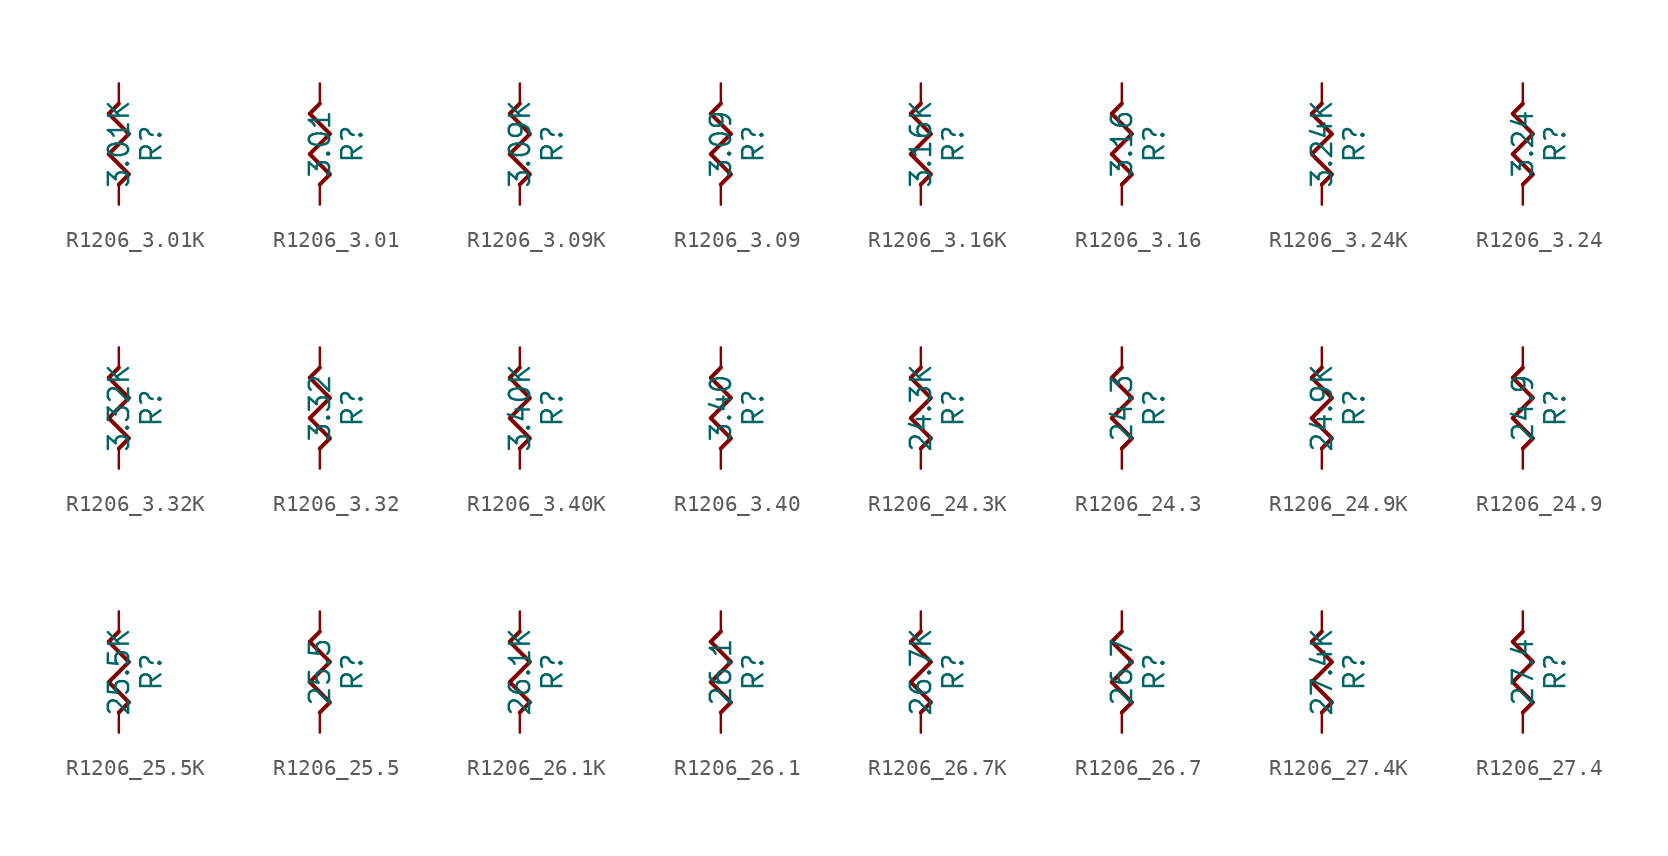
<source format=kicad_sym>
(kicad_symbol_lib
  (version 20211014)
  (generator atlantix-eda)
  (symbol "R1206_3.01K"
    (pin_numbers hide)
    (pin_names
      (offset 0))
    (property "Reference" "R"
      (at 2.032 0 90)
      (effects (font (size 1.27 1.27))))
    (property "Value" "3.01K"
      (at 0 0 90)
      (effects (font (size 1.27 1.27))))
    (symbol "R1206_3.01K_0_1"
      (polyline (pts (xy 0 -2.54) (xy 0.635 -1.905) (xy -0.635 -0.635) (xy 0.635 0.635) (xy -0.635 1.905) (xy 0 2.54)) (stroke (width 0.254) (type default) (color 0 0 0 0)) (fill (type none))))
    (symbol "R1206_3.01K_1_1"
      (pin passive line (at 0 3.81 270) (length 1.27) (name "~" (effects (font (size 1.27 1.27)))) (number "1" (effects (font (size 1.27 1.27)))))
      (pin passive line (at 0 -3.81 90) (length 1.27) (name "~" (effects (font (size 1.27 1.27)))) (number "2" (effects (font (size 1.27 1.27)))))))
  (symbol "R1206_3.01"
    (pin_numbers hide)
    (pin_names
      (offset 0))
    (property "Reference" "R"
      (at 2.032 0 90)
      (effects (font (size 1.27 1.27))))
    (property "Value" "3.01"
      (at 0 0 90)
      (effects (font (size 1.27 1.27))))
    (symbol "R1206_3.01_0_1"
      (polyline (pts (xy 0 -2.54) (xy 0.635 -1.905) (xy -0.635 -0.635) (xy 0.635 0.635) (xy -0.635 1.905) (xy 0 2.54)) (stroke (width 0.254) (type default) (color 0 0 0 0)) (fill (type none))))
    (symbol "R1206_3.01_1_1"
      (pin passive line (at 0 3.81 270) (length 1.27) (name "~" (effects (font (size 1.27 1.27)))) (number "1" (effects (font (size 1.27 1.27)))))
      (pin passive line (at 0 -3.81 90) (length 1.27) (name "~" (effects (font (size 1.27 1.27)))) (number "2" (effects (font (size 1.27 1.27)))))))
  (symbol "R1206_3.09K"
    (pin_numbers hide)
    (pin_names
      (offset 0))
    (property "Reference" "R"
      (at 2.032 0 90)
      (effects (font (size 1.27 1.27))))
    (property "Value" "3.09K"
      (at 0 0 90)
      (effects (font (size 1.27 1.27))))
    (symbol "R1206_3.09K_0_1"
      (polyline (pts (xy 0 -2.54) (xy 0.635 -1.905) (xy -0.635 -0.635) (xy 0.635 0.635) (xy -0.635 1.905) (xy 0 2.54)) (stroke (width 0.254) (type default) (color 0 0 0 0)) (fill (type none))))
    (symbol "R1206_3.09K_1_1"
      (pin passive line (at 0 3.81 270) (length 1.27) (name "~" (effects (font (size 1.27 1.27)))) (number "1" (effects (font (size 1.27 1.27)))))
      (pin passive line (at 0 -3.81 90) (length 1.27) (name "~" (effects (font (size 1.27 1.27)))) (number "2" (effects (font (size 1.27 1.27)))))))
  (symbol "R1206_3.09"
    (pin_numbers hide)
    (pin_names
      (offset 0))
    (property "Reference" "R"
      (at 2.032 0 90)
      (effects (font (size 1.27 1.27))))
    (property "Value" "3.09"
      (at 0 0 90)
      (effects (font (size 1.27 1.27))))
    (symbol "R1206_3.09_0_1"
      (polyline (pts (xy 0 -2.54) (xy 0.635 -1.905) (xy -0.635 -0.635) (xy 0.635 0.635) (xy -0.635 1.905) (xy 0 2.54)) (stroke (width 0.254) (type default) (color 0 0 0 0)) (fill (type none))))
    (symbol "R1206_3.09_1_1"
      (pin passive line (at 0 3.81 270) (length 1.27) (name "~" (effects (font (size 1.27 1.27)))) (number "1" (effects (font (size 1.27 1.27)))))
      (pin passive line (at 0 -3.81 90) (length 1.27) (name "~" (effects (font (size 1.27 1.27)))) (number "2" (effects (font (size 1.27 1.27)))))))
  (symbol "R1206_3.16K"
    (pin_numbers hide)
    (pin_names
      (offset 0))
    (property "Reference" "R"
      (at 2.032 0 90)
      (effects (font (size 1.27 1.27))))
    (property "Value" "3.16K"
      (at 0 0 90)
      (effects (font (size 1.27 1.27))))
    (symbol "R1206_3.16K_0_1"
      (polyline (pts (xy 0 -2.54) (xy 0.635 -1.905) (xy -0.635 -0.635) (xy 0.635 0.635) (xy -0.635 1.905) (xy 0 2.54)) (stroke (width 0.254) (type default) (color 0 0 0 0)) (fill (type none))))
    (symbol "R1206_3.16K_1_1"
      (pin passive line (at 0 3.81 270) (length 1.27) (name "~" (effects (font (size 1.27 1.27)))) (number "1" (effects (font (size 1.27 1.27)))))
      (pin passive line (at 0 -3.81 90) (length 1.27) (name "~" (effects (font (size 1.27 1.27)))) (number "2" (effects (font (size 1.27 1.27)))))))
  (symbol "R1206_3.16"
    (pin_numbers hide)
    (pin_names
      (offset 0))
    (property "Reference" "R"
      (at 2.032 0 90)
      (effects (font (size 1.27 1.27))))
    (property "Value" "3.16"
      (at 0 0 90)
      (effects (font (size 1.27 1.27))))
    (symbol "R1206_3.16_0_1"
      (polyline (pts (xy 0 -2.54) (xy 0.635 -1.905) (xy -0.635 -0.635) (xy 0.635 0.635) (xy -0.635 1.905) (xy 0 2.54)) (stroke (width 0.254) (type default) (color 0 0 0 0)) (fill (type none))))
    (symbol "R1206_3.16_1_1"
      (pin passive line (at 0 3.81 270) (length 1.27) (name "~" (effects (font (size 1.27 1.27)))) (number "1" (effects (font (size 1.27 1.27)))))
      (pin passive line (at 0 -3.81 90) (length 1.27) (name "~" (effects (font (size 1.27 1.27)))) (number "2" (effects (font (size 1.27 1.27)))))))
  (symbol "R1206_3.24K"
    (pin_numbers hide)
    (pin_names
      (offset 0))
    (property "Reference" "R"
      (at 2.032 0 90)
      (effects (font (size 1.27 1.27))))
    (property "Value" "3.24K"
      (at 0 0 90)
      (effects (font (size 1.27 1.27))))
    (symbol "R1206_3.24K_0_1"
      (polyline (pts (xy 0 -2.54) (xy 0.635 -1.905) (xy -0.635 -0.635) (xy 0.635 0.635) (xy -0.635 1.905) (xy 0 2.54)) (stroke (width 0.254) (type default) (color 0 0 0 0)) (fill (type none))))
    (symbol "R1206_3.24K_1_1"
      (pin passive line (at 0 3.81 270) (length 1.27) (name "~" (effects (font (size 1.27 1.27)))) (number "1" (effects (font (size 1.27 1.27)))))
      (pin passive line (at 0 -3.81 90) (length 1.27) (name "~" (effects (font (size 1.27 1.27)))) (number "2" (effects (font (size 1.27 1.27)))))))
  (symbol "R1206_3.24"
    (pin_numbers hide)
    (pin_names
      (offset 0))
    (property "Reference" "R"
      (at 2.032 0 90)
      (effects (font (size 1.27 1.27))))
    (property "Value" "3.24"
      (at 0 0 90)
      (effects (font (size 1.27 1.27))))
    (symbol "R1206_3.24_0_1"
      (polyline (pts (xy 0 -2.54) (xy 0.635 -1.905) (xy -0.635 -0.635) (xy 0.635 0.635) (xy -0.635 1.905) (xy 0 2.54)) (stroke (width 0.254) (type default) (color 0 0 0 0)) (fill (type none))))
    (symbol "R1206_3.24_1_1"
      (pin passive line (at 0 3.81 270) (length 1.27) (name "~" (effects (font (size 1.27 1.27)))) (number "1" (effects (font (size 1.27 1.27)))))
      (pin passive line (at 0 -3.81 90) (length 1.27) (name "~" (effects (font (size 1.27 1.27)))) (number "2" (effects (font (size 1.27 1.27)))))))
  (symbol "R1206_3.32K"
    (pin_numbers hide)
    (pin_names
      (offset 0))
    (property "Reference" "R"
      (at 2.032 0 90)
      (effects (font (size 1.27 1.27))))
    (property "Value" "3.32K"
      (at 0 0 90)
      (effects (font (size 1.27 1.27))))
    (symbol "R1206_3.32K_0_1"
      (polyline (pts (xy 0 -2.54) (xy 0.635 -1.905) (xy -0.635 -0.635) (xy 0.635 0.635) (xy -0.635 1.905) (xy 0 2.54)) (stroke (width 0.254) (type default) (color 0 0 0 0)) (fill (type none))))
    (symbol "R1206_3.32K_1_1"
      (pin passive line (at 0 3.81 270) (length 1.27) (name "~" (effects (font (size 1.27 1.27)))) (number "1" (effects (font (size 1.27 1.27)))))
      (pin passive line (at 0 -3.81 90) (length 1.27) (name "~" (effects (font (size 1.27 1.27)))) (number "2" (effects (font (size 1.27 1.27)))))))
  (symbol "R1206_3.32"
    (pin_numbers hide)
    (pin_names
      (offset 0))
    (property "Reference" "R"
      (at 2.032 0 90)
      (effects (font (size 1.27 1.27))))
    (property "Value" "3.32"
      (at 0 0 90)
      (effects (font (size 1.27 1.27))))
    (symbol "R1206_3.32_0_1"
      (polyline (pts (xy 0 -2.54) (xy 0.635 -1.905) (xy -0.635 -0.635) (xy 0.635 0.635) (xy -0.635 1.905) (xy 0 2.54)) (stroke (width 0.254) (type default) (color 0 0 0 0)) (fill (type none))))
    (symbol "R1206_3.32_1_1"
      (pin passive line (at 0 3.81 270) (length 1.27) (name "~" (effects (font (size 1.27 1.27)))) (number "1" (effects (font (size 1.27 1.27)))))
      (pin passive line (at 0 -3.81 90) (length 1.27) (name "~" (effects (font (size 1.27 1.27)))) (number "2" (effects (font (size 1.27 1.27)))))))
  (symbol "R1206_3.40K"
    (pin_numbers hide)
    (pin_names
      (offset 0))
    (property "Reference" "R"
      (at 2.032 0 90)
      (effects (font (size 1.27 1.27))))
    (property "Value" "3.40K"
      (at 0 0 90)
      (effects (font (size 1.27 1.27))))
    (symbol "R1206_3.40K_0_1"
      (polyline (pts (xy 0 -2.54) (xy 0.635 -1.905) (xy -0.635 -0.635) (xy 0.635 0.635) (xy -0.635 1.905) (xy 0 2.54)) (stroke (width 0.254) (type default) (color 0 0 0 0)) (fill (type none))))
    (symbol "R1206_3.40K_1_1"
      (pin passive line (at 0 3.81 270) (length 1.27) (name "~" (effects (font (size 1.27 1.27)))) (number "1" (effects (font (size 1.27 1.27)))))
      (pin passive line (at 0 -3.81 90) (length 1.27) (name "~" (effects (font (size 1.27 1.27)))) (number "2" (effects (font (size 1.27 1.27)))))))
  (symbol "R1206_3.40"
    (pin_numbers hide)
    (pin_names
      (offset 0))
    (property "Reference" "R"
      (at 2.032 0 90)
      (effects (font (size 1.27 1.27))))
    (property "Value" "3.40"
      (at 0 0 90)
      (effects (font (size 1.27 1.27))))
    (symbol "R1206_3.40_0_1"
      (polyline (pts (xy 0 -2.54) (xy 0.635 -1.905) (xy -0.635 -0.635) (xy 0.635 0.635) (xy -0.635 1.905) (xy 0 2.54)) (stroke (width 0.254) (type default) (color 0 0 0 0)) (fill (type none))))
    (symbol "R1206_3.40_1_1"
      (pin passive line (at 0 3.81 270) (length 1.27) (name "~" (effects (font (size 1.27 1.27)))) (number "1" (effects (font (size 1.27 1.27)))))
      (pin passive line (at 0 -3.81 90) (length 1.27) (name "~" (effects (font (size 1.27 1.27)))) (number "2" (effects (font (size 1.27 1.27)))))))
  (symbol "R1206_24.3K"
    (pin_numbers hide)
    (pin_names
      (offset 0))
    (property "Reference" "R"
      (at 2.032 0 90)
      (effects (font (size 1.27 1.27))))
    (property "Value" "24.3K"
      (at 0 0 90)
      (effects (font (size 1.27 1.27))))
    (symbol "R1206_24.3K_0_1"
      (polyline (pts (xy 0 -2.54) (xy 0.635 -1.905) (xy -0.635 -0.635) (xy 0.635 0.635) (xy -0.635 1.905) (xy 0 2.54)) (stroke (width 0.254) (type default) (color 0 0 0 0)) (fill (type none))))
    (symbol "R1206_24.3K_1_1"
      (pin passive line (at 0 3.81 270) (length 1.27) (name "~" (effects (font (size 1.27 1.27)))) (number "1" (effects (font (size 1.27 1.27)))))
      (pin passive line (at 0 -3.81 90) (length 1.27) (name "~" (effects (font (size 1.27 1.27)))) (number "2" (effects (font (size 1.27 1.27)))))))
  (symbol "R1206_24.3"
    (pin_numbers hide)
    (pin_names
      (offset 0))
    (property "Reference" "R"
      (at 2.032 0 90)
      (effects (font (size 1.27 1.27))))
    (property "Value" "24.3"
      (at 0 0 90)
      (effects (font (size 1.27 1.27))))
    (symbol "R1206_24.3_0_1"
      (polyline (pts (xy 0 -2.54) (xy 0.635 -1.905) (xy -0.635 -0.635) (xy 0.635 0.635) (xy -0.635 1.905) (xy 0 2.54)) (stroke (width 0.254) (type default) (color 0 0 0 0)) (fill (type none))))
    (symbol "R1206_24.3_1_1"
      (pin passive line (at 0 3.81 270) (length 1.27) (name "~" (effects (font (size 1.27 1.27)))) (number "1" (effects (font (size 1.27 1.27)))))
      (pin passive line (at 0 -3.81 90) (length 1.27) (name "~" (effects (font (size 1.27 1.27)))) (number "2" (effects (font (size 1.27 1.27)))))))
  (symbol "R1206_24.9K"
    (pin_numbers hide)
    (pin_names
      (offset 0))
    (property "Reference" "R"
      (at 2.032 0 90)
      (effects (font (size 1.27 1.27))))
    (property "Value" "24.9K"
      (at 0 0 90)
      (effects (font (size 1.27 1.27))))
    (symbol "R1206_24.9K_0_1"
      (polyline (pts (xy 0 -2.54) (xy 0.635 -1.905) (xy -0.635 -0.635) (xy 0.635 0.635) (xy -0.635 1.905) (xy 0 2.54)) (stroke (width 0.254) (type default) (color 0 0 0 0)) (fill (type none))))
    (symbol "R1206_24.9K_1_1"
      (pin passive line (at 0 3.81 270) (length 1.27) (name "~" (effects (font (size 1.27 1.27)))) (number "1" (effects (font (size 1.27 1.27)))))
      (pin passive line (at 0 -3.81 90) (length 1.27) (name "~" (effects (font (size 1.27 1.27)))) (number "2" (effects (font (size 1.27 1.27)))))))
  (symbol "R1206_24.9"
    (pin_numbers hide)
    (pin_names
      (offset 0))
    (property "Reference" "R"
      (at 2.032 0 90)
      (effects (font (size 1.27 1.27))))
    (property "Value" "24.9"
      (at 0 0 90)
      (effects (font (size 1.27 1.27))))
    (symbol "R1206_24.9_0_1"
      (polyline (pts (xy 0 -2.54) (xy 0.635 -1.905) (xy -0.635 -0.635) (xy 0.635 0.635) (xy -0.635 1.905) (xy 0 2.54)) (stroke (width 0.254) (type default) (color 0 0 0 0)) (fill (type none))))
    (symbol "R1206_24.9_1_1"
      (pin passive line (at 0 3.81 270) (length 1.27) (name "~" (effects (font (size 1.27 1.27)))) (number "1" (effects (font (size 1.27 1.27)))))
      (pin passive line (at 0 -3.81 90) (length 1.27) (name "~" (effects (font (size 1.27 1.27)))) (number "2" (effects (font (size 1.27 1.27)))))))
  (symbol "R1206_25.5K"
    (pin_numbers hide)
    (pin_names
      (offset 0))
    (property "Reference" "R"
      (at 2.032 0 90)
      (effects (font (size 1.27 1.27))))
    (property "Value" "25.5K"
      (at 0 0 90)
      (effects (font (size 1.27 1.27))))
    (symbol "R1206_25.5K_0_1"
      (polyline (pts (xy 0 -2.54) (xy 0.635 -1.905) (xy -0.635 -0.635) (xy 0.635 0.635) (xy -0.635 1.905) (xy 0 2.54)) (stroke (width 0.254) (type default) (color 0 0 0 0)) (fill (type none))))
    (symbol "R1206_25.5K_1_1"
      (pin passive line (at 0 3.81 270) (length 1.27) (name "~" (effects (font (size 1.27 1.27)))) (number "1" (effects (font (size 1.27 1.27)))))
      (pin passive line (at 0 -3.81 90) (length 1.27) (name "~" (effects (font (size 1.27 1.27)))) (number "2" (effects (font (size 1.27 1.27)))))))
  (symbol "R1206_25.5"
    (pin_numbers hide)
    (pin_names
      (offset 0))
    (property "Reference" "R"
      (at 2.032 0 90)
      (effects (font (size 1.27 1.27))))
    (property "Value" "25.5"
      (at 0 0 90)
      (effects (font (size 1.27 1.27))))
    (symbol "R1206_25.5_0_1"
      (polyline (pts (xy 0 -2.54) (xy 0.635 -1.905) (xy -0.635 -0.635) (xy 0.635 0.635) (xy -0.635 1.905) (xy 0 2.54)) (stroke (width 0.254) (type default) (color 0 0 0 0)) (fill (type none))))
    (symbol "R1206_25.5_1_1"
      (pin passive line (at 0 3.81 270) (length 1.27) (name "~" (effects (font (size 1.27 1.27)))) (number "1" (effects (font (size 1.27 1.27)))))
      (pin passive line (at 0 -3.81 90) (length 1.27) (name "~" (effects (font (size 1.27 1.27)))) (number "2" (effects (font (size 1.27 1.27)))))))
  (symbol "R1206_26.1K"
    (pin_numbers hide)
    (pin_names
      (offset 0))
    (property "Reference" "R"
      (at 2.032 0 90)
      (effects (font (size 1.27 1.27))))
    (property "Value" "26.1K"
      (at 0 0 90)
      (effects (font (size 1.27 1.27))))
    (symbol "R1206_26.1K_0_1"
      (polyline (pts (xy 0 -2.54) (xy 0.635 -1.905) (xy -0.635 -0.635) (xy 0.635 0.635) (xy -0.635 1.905) (xy 0 2.54)) (stroke (width 0.254) (type default) (color 0 0 0 0)) (fill (type none))))
    (symbol "R1206_26.1K_1_1"
      (pin passive line (at 0 3.81 270) (length 1.27) (name "~" (effects (font (size 1.27 1.27)))) (number "1" (effects (font (size 1.27 1.27)))))
      (pin passive line (at 0 -3.81 90) (length 1.27) (name "~" (effects (font (size 1.27 1.27)))) (number "2" (effects (font (size 1.27 1.27)))))))
  (symbol "R1206_26.1"
    (pin_numbers hide)
    (pin_names
      (offset 0))
    (property "Reference" "R"
      (at 2.032 0 90)
      (effects (font (size 1.27 1.27))))
    (property "Value" "26.1"
      (at 0 0 90)
      (effects (font (size 1.27 1.27))))
    (symbol "R1206_26.1_0_1"
      (polyline (pts (xy 0 -2.54) (xy 0.635 -1.905) (xy -0.635 -0.635) (xy 0.635 0.635) (xy -0.635 1.905) (xy 0 2.54)) (stroke (width 0.254) (type default) (color 0 0 0 0)) (fill (type none))))
    (symbol "R1206_26.1_1_1"
      (pin passive line (at 0 3.81 270) (length 1.27) (name "~" (effects (font (size 1.27 1.27)))) (number "1" (effects (font (size 1.27 1.27)))))
      (pin passive line (at 0 -3.81 90) (length 1.27) (name "~" (effects (font (size 1.27 1.27)))) (number "2" (effects (font (size 1.27 1.27)))))))
  (symbol "R1206_26.7K"
    (pin_numbers hide)
    (pin_names
      (offset 0))
    (property "Reference" "R"
      (at 2.032 0 90)
      (effects (font (size 1.27 1.27))))
    (property "Value" "26.7K"
      (at 0 0 90)
      (effects (font (size 1.27 1.27))))
    (symbol "R1206_26.7K_0_1"
      (polyline (pts (xy 0 -2.54) (xy 0.635 -1.905) (xy -0.635 -0.635) (xy 0.635 0.635) (xy -0.635 1.905) (xy 0 2.54)) (stroke (width 0.254) (type default) (color 0 0 0 0)) (fill (type none))))
    (symbol "R1206_26.7K_1_1"
      (pin passive line (at 0 3.81 270) (length 1.27) (name "~" (effects (font (size 1.27 1.27)))) (number "1" (effects (font (size 1.27 1.27)))))
      (pin passive line (at 0 -3.81 90) (length 1.27) (name "~" (effects (font (size 1.27 1.27)))) (number "2" (effects (font (size 1.27 1.27)))))))
  (symbol "R1206_26.7"
    (pin_numbers hide)
    (pin_names
      (offset 0))
    (property "Reference" "R"
      (at 2.032 0 90)
      (effects (font (size 1.27 1.27))))
    (property "Value" "26.7"
      (at 0 0 90)
      (effects (font (size 1.27 1.27))))
    (symbol "R1206_26.7_0_1"
      (polyline (pts (xy 0 -2.54) (xy 0.635 -1.905) (xy -0.635 -0.635) (xy 0.635 0.635) (xy -0.635 1.905) (xy 0 2.54)) (stroke (width 0.254) (type default) (color 0 0 0 0)) (fill (type none))))
    (symbol "R1206_26.7_1_1"
      (pin passive line (at 0 3.81 270) (length 1.27) (name "~" (effects (font (size 1.27 1.27)))) (number "1" (effects (font (size 1.27 1.27)))))
      (pin passive line (at 0 -3.81 90) (length 1.27) (name "~" (effects (font (size 1.27 1.27)))) (number "2" (effects (font (size 1.27 1.27)))))))
  (symbol "R1206_27.4K"
    (pin_numbers hide)
    (pin_names
      (offset 0))
    (property "Reference" "R"
      (at 2.032 0 90)
      (effects (font (size 1.27 1.27))))
    (property "Value" "27.4K"
      (at 0 0 90)
      (effects (font (size 1.27 1.27))))
    (symbol "R1206_27.4K_0_1"
      (polyline (pts (xy 0 -2.54) (xy 0.635 -1.905) (xy -0.635 -0.635) (xy 0.635 0.635) (xy -0.635 1.905) (xy 0 2.54)) (stroke (width 0.254) (type default) (color 0 0 0 0)) (fill (type none))))
    (symbol "R1206_27.4K_1_1"
      (pin passive line (at 0 3.81 270) (length 1.27) (name "~" (effects (font (size 1.27 1.27)))) (number "1" (effects (font (size 1.27 1.27)))))
      (pin passive line (at 0 -3.81 90) (length 1.27) (name "~" (effects (font (size 1.27 1.27)))) (number "2" (effects (font (size 1.27 1.27)))))))
  (symbol "R1206_27.4"
    (pin_numbers hide)
    (pin_names
      (offset 0))
    (property "Reference" "R"
      (at 2.032 0 90)
      (effects (font (size 1.27 1.27))))
    (property "Value" "27.4"
      (at 0 0 90)
      (effects (font (size 1.27 1.27))))
    (symbol "R1206_27.4_0_1"
      (polyline (pts (xy 0 -2.54) (xy 0.635 -1.905) (xy -0.635 -0.635) (xy 0.635 0.635) (xy -0.635 1.905) (xy 0 2.54)) (stroke (width 0.254) (type default) (color 0 0 0 0)) (fill (type none))))
    (symbol "R1206_27.4_1_1"
      (pin passive line (at 0 3.81 270) (length 1.27) (name "~" (effects (font (size 1.27 1.27)))) (number "1" (effects (font (size 1.27 1.27)))))
      (pin passive line (at 0 -3.81 90) (length 1.27) (name "~" (effects (font (size 1.27 1.27)))) (number "2" (effects (font (size 1.27 1.27))))))))
</source>
